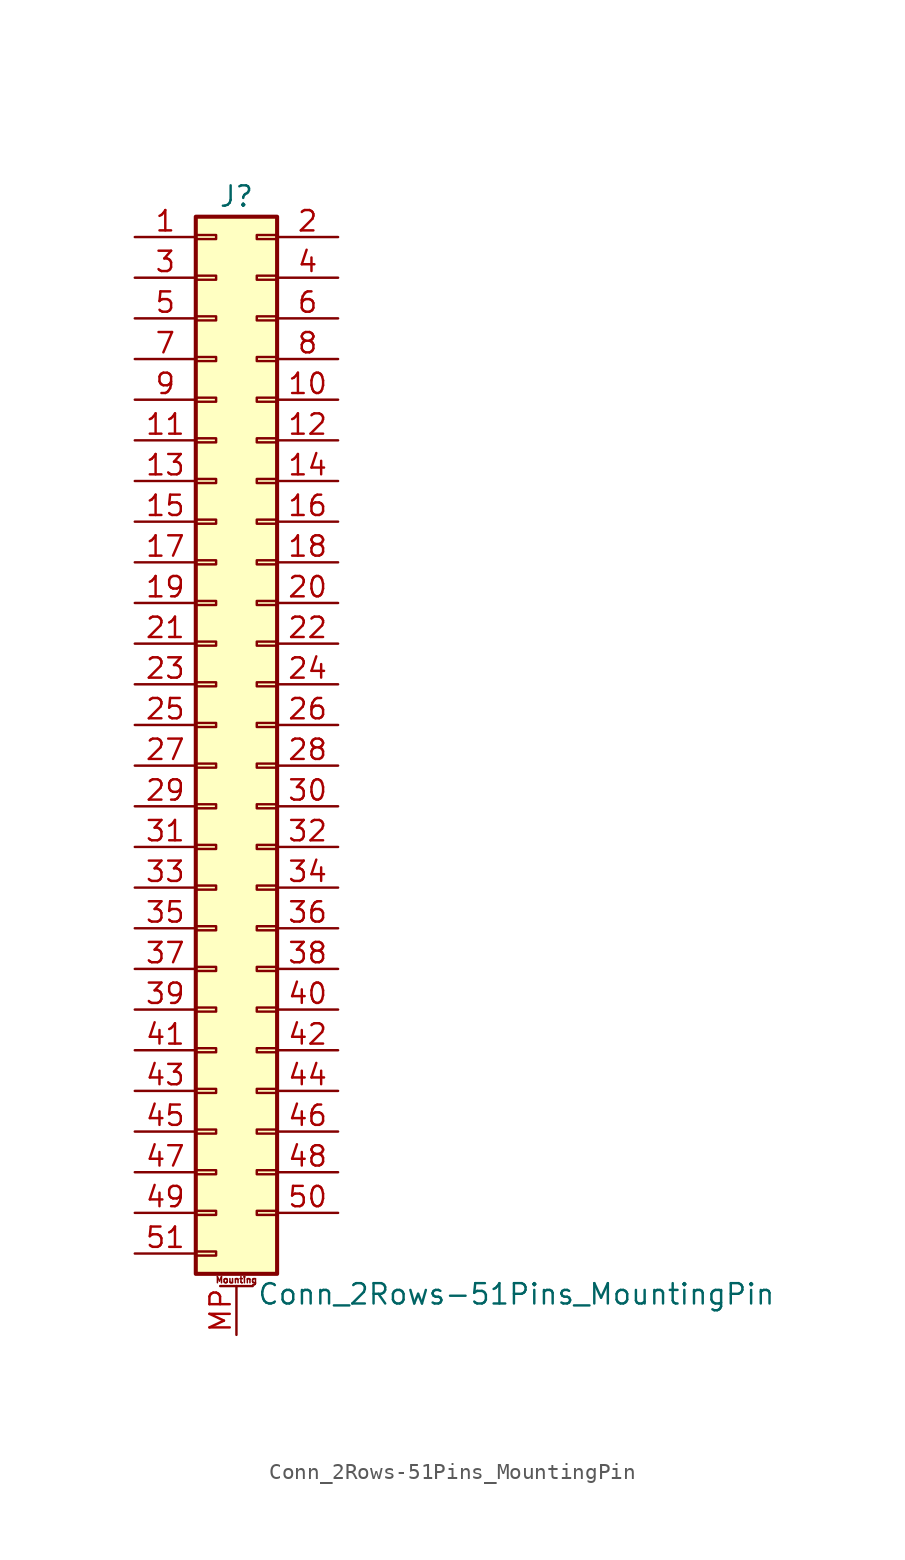
<source format=kicad_sym>
(kicad_symbol_lib
  (version 20200908)
  (generator kicad_symbol_editor)
  (symbol "Connector_Generic_MountingPin:Conn_2Rows-51Pins_MountingPin"
    (pin_names
      (offset 1.016) hide)
    (property "Reference" "J"
      (at 1.27 33.02 0)
      (effects (font (size 1.27 1.27))))
    (property "Value" "Conn_2Rows-51Pins_MountingPin"
      (at 2.54 -35.56 0)
      (effects (font (size 1.27 1.27)) (justify left)))
    (symbol "Conn_2Rows-51Pins_MountingPin_1_1"
      (text "Mounting" (at 1.27 -34.671 0) (effects (font (size 0.381 0.381))))
      (rectangle (start -1.27 -27.813) (end 0 -28.067) (stroke (width 0.152)) (fill (type none)))
      (rectangle (start -1.27 -30.353) (end 0 -30.607) (stroke (width 0.152)) (fill (type none)))
      (rectangle (start -1.27 -32.893) (end 0 -33.147) (stroke (width 0.152)) (fill (type none)))
      (rectangle (start -1.27 -4.953) (end 0 -5.207) (stroke (width 0.152)) (fill (type none)))
      (rectangle (start -1.27 -7.493) (end 0 -7.747) (stroke (width 0.152)) (fill (type none)))
      (rectangle (start -1.27 -10.033) (end 0 -10.287) (stroke (width 0.152)) (fill (type none)))
      (rectangle (start -1.27 -12.573) (end 0 -12.827) (stroke (width 0.152)) (fill (type none)))
      (rectangle (start -1.27 -15.113) (end 0 -15.367) (stroke (width 0.152)) (fill (type none)))
      (rectangle (start -1.27 -17.653) (end 0 -17.907) (stroke (width 0.152)) (fill (type none)))
      (rectangle (start -1.27 -20.193) (end 0 -20.447) (stroke (width 0.152)) (fill (type none)))
      (rectangle (start -1.27 -22.733) (end 0 -22.987) (stroke (width 0.152)) (fill (type none)))
      (rectangle (start -1.27 -2.413) (end 0 -2.667) (stroke (width 0.152)) (fill (type none)))
      (rectangle (start -1.27 -25.273) (end 0 -25.527) (stroke (width 0.152)) (fill (type none)))
      (rectangle (start -1.27 25.527) (end 0 25.273) (stroke (width 0.152)) (fill (type none)))
      (rectangle (start -1.27 2.667) (end 0 2.413) (stroke (width 0.152)) (fill (type none)))
      (rectangle (start -1.27 28.067) (end 0 27.813) (stroke (width 0.152)) (fill (type none)))
      (rectangle (start -1.27 30.607) (end 0 30.353) (stroke (width 0.152)) (fill (type none)))
      (rectangle (start -1.27 31.75) (end 3.81 -34.29) (stroke (width 0.254)) (fill (type background)))
      (rectangle (start -1.27 5.207) (end 0 4.953) (stroke (width 0.152)) (fill (type none)))
      (rectangle (start -1.27 7.747) (end 0 7.493) (stroke (width 0.152)) (fill (type none)))
      (rectangle (start -1.27 10.287) (end 0 10.033) (stroke (width 0.152)) (fill (type none)))
      (rectangle (start -1.27 0.127) (end 0 -0.127) (stroke (width 0.152)) (fill (type none)))
      (rectangle (start -1.27 12.827) (end 0 12.573) (stroke (width 0.152)) (fill (type none)))
      (rectangle (start -1.27 15.367) (end 0 15.113) (stroke (width 0.152)) (fill (type none)))
      (rectangle (start -1.27 17.907) (end 0 17.653) (stroke (width 0.152)) (fill (type none)))
      (rectangle (start -1.27 20.447) (end 0 20.193) (stroke (width 0.152)) (fill (type none)))
      (rectangle (start -1.27 22.987) (end 0 22.733) (stroke (width 0.152)) (fill (type none)))
      (rectangle (start 3.81 -27.813) (end 2.54 -28.067) (stroke (width 0.152)) (fill (type none)))
      (rectangle (start 3.81 -30.353) (end 2.54 -30.607) (stroke (width 0.152)) (fill (type none)))
      (rectangle (start 3.81 -4.953) (end 2.54 -5.207) (stroke (width 0.152)) (fill (type none)))
      (rectangle (start 3.81 -7.493) (end 2.54 -7.747) (stroke (width 0.152)) (fill (type none)))
      (rectangle (start 3.81 -10.033) (end 2.54 -10.287) (stroke (width 0.152)) (fill (type none)))
      (rectangle (start 3.81 -12.573) (end 2.54 -12.827) (stroke (width 0.152)) (fill (type none)))
      (rectangle (start 3.81 -15.113) (end 2.54 -15.367) (stroke (width 0.152)) (fill (type none)))
      (rectangle (start 3.81 -17.653) (end 2.54 -17.907) (stroke (width 0.152)) (fill (type none)))
      (rectangle (start 3.81 -20.193) (end 2.54 -20.447) (stroke (width 0.152)) (fill (type none)))
      (rectangle (start 3.81 -22.733) (end 2.54 -22.987) (stroke (width 0.152)) (fill (type none)))
      (rectangle (start 3.81 -2.413) (end 2.54 -2.667) (stroke (width 0.152)) (fill (type none)))
      (rectangle (start 3.81 -25.273) (end 2.54 -25.527) (stroke (width 0.152)) (fill (type none)))
      (rectangle (start 3.81 25.527) (end 2.54 25.273) (stroke (width 0.152)) (fill (type none)))
      (rectangle (start 3.81 2.667) (end 2.54 2.413) (stroke (width 0.152)) (fill (type none)))
      (rectangle (start 3.81 28.067) (end 2.54 27.813) (stroke (width 0.152)) (fill (type none)))
      (rectangle (start 3.81 30.607) (end 2.54 30.353) (stroke (width 0.152)) (fill (type none)))
      (rectangle (start 3.81 5.207) (end 2.54 4.953) (stroke (width 0.152)) (fill (type none)))
      (rectangle (start 3.81 7.747) (end 2.54 7.493) (stroke (width 0.152)) (fill (type none)))
      (rectangle (start 3.81 10.287) (end 2.54 10.033) (stroke (width 0.152)) (fill (type none)))
      (rectangle (start 3.81 0.127) (end 2.54 -0.127) (stroke (width 0.152)) (fill (type none)))
      (rectangle (start 3.81 12.827) (end 2.54 12.573) (stroke (width 0.152)) (fill (type none)))
      (rectangle (start 3.81 15.367) (end 2.54 15.113) (stroke (width 0.152)) (fill (type none)))
      (rectangle (start 3.81 17.907) (end 2.54 17.653) (stroke (width 0.152)) (fill (type none)))
      (rectangle (start 3.81 20.447) (end 2.54 20.193) (stroke (width 0.152)) (fill (type none)))
      (rectangle (start 3.81 22.987) (end 2.54 22.733) (stroke (width 0.152)) (fill (type none)))
      (polyline (pts (xy 0.254 -35.052) (xy 2.286 -35.052)) (stroke (width 0.152)) (fill (type none)))
      (pin passive line (at 1.27 -38.1 90) (length 3.048) (name "MountPin" (effects (font (size 1.27 1.27)))) (number "MP" (effects (font (size 1.27 1.27)))))
      (pin passive line (at -5.08 30.48 0) (length 3.81) (name "Pin_1" (effects (font (size 1.27 1.27)))) (number "1" (effects (font (size 1.27 1.27)))))
      (pin passive line (at 7.62 20.32 180) (length 3.81) (name "Pin_10" (effects (font (size 1.27 1.27)))) (number "10" (effects (font (size 1.27 1.27)))))
      (pin passive line (at -5.08 17.78 0) (length 3.81) (name "Pin_11" (effects (font (size 1.27 1.27)))) (number "11" (effects (font (size 1.27 1.27)))))
      (pin passive line (at 7.62 17.78 180) (length 3.81) (name "Pin_12" (effects (font (size 1.27 1.27)))) (number "12" (effects (font (size 1.27 1.27)))))
      (pin passive line (at -5.08 15.24 0) (length 3.81) (name "Pin_13" (effects (font (size 1.27 1.27)))) (number "13" (effects (font (size 1.27 1.27)))))
      (pin passive line (at 7.62 15.24 180) (length 3.81) (name "Pin_14" (effects (font (size 1.27 1.27)))) (number "14" (effects (font (size 1.27 1.27)))))
      (pin passive line (at -5.08 12.7 0) (length 3.81) (name "Pin_15" (effects (font (size 1.27 1.27)))) (number "15" (effects (font (size 1.27 1.27)))))
      (pin passive line (at 7.62 12.7 180) (length 3.81) (name "Pin_16" (effects (font (size 1.27 1.27)))) (number "16" (effects (font (size 1.27 1.27)))))
      (pin passive line (at -5.08 10.16 0) (length 3.81) (name "Pin_17" (effects (font (size 1.27 1.27)))) (number "17" (effects (font (size 1.27 1.27)))))
      (pin passive line (at 7.62 10.16 180) (length 3.81) (name "Pin_18" (effects (font (size 1.27 1.27)))) (number "18" (effects (font (size 1.27 1.27)))))
      (pin passive line (at -5.08 7.62 0) (length 3.81) (name "Pin_19" (effects (font (size 1.27 1.27)))) (number "19" (effects (font (size 1.27 1.27)))))
      (pin passive line (at 7.62 30.48 180) (length 3.81) (name "Pin_2" (effects (font (size 1.27 1.27)))) (number "2" (effects (font (size 1.27 1.27)))))
      (pin passive line (at 7.62 7.62 180) (length 3.81) (name "Pin_20" (effects (font (size 1.27 1.27)))) (number "20" (effects (font (size 1.27 1.27)))))
      (pin passive line (at -5.08 5.08 0) (length 3.81) (name "Pin_21" (effects (font (size 1.27 1.27)))) (number "21" (effects (font (size 1.27 1.27)))))
      (pin passive line (at 7.62 5.08 180) (length 3.81) (name "Pin_22" (effects (font (size 1.27 1.27)))) (number "22" (effects (font (size 1.27 1.27)))))
      (pin passive line (at -5.08 2.54 0) (length 3.81) (name "Pin_23" (effects (font (size 1.27 1.27)))) (number "23" (effects (font (size 1.27 1.27)))))
      (pin passive line (at 7.62 2.54 180) (length 3.81) (name "Pin_24" (effects (font (size 1.27 1.27)))) (number "24" (effects (font (size 1.27 1.27)))))
      (pin passive line (at -5.08 0 0) (length 3.81) (name "Pin_25" (effects (font (size 1.27 1.27)))) (number "25" (effects (font (size 1.27 1.27)))))
      (pin passive line (at 7.62 0 180) (length 3.81) (name "Pin_26" (effects (font (size 1.27 1.27)))) (number "26" (effects (font (size 1.27 1.27)))))
      (pin passive line (at -5.08 -2.54 0) (length 3.81) (name "Pin_27" (effects (font (size 1.27 1.27)))) (number "27" (effects (font (size 1.27 1.27)))))
      (pin passive line (at 7.62 -2.54 180) (length 3.81) (name "Pin_28" (effects (font (size 1.27 1.27)))) (number "28" (effects (font (size 1.27 1.27)))))
      (pin passive line (at -5.08 -5.08 0) (length 3.81) (name "Pin_29" (effects (font (size 1.27 1.27)))) (number "29" (effects (font (size 1.27 1.27)))))
      (pin passive line (at -5.08 27.94 0) (length 3.81) (name "Pin_3" (effects (font (size 1.27 1.27)))) (number "3" (effects (font (size 1.27 1.27)))))
      (pin passive line (at 7.62 -5.08 180) (length 3.81) (name "Pin_30" (effects (font (size 1.27 1.27)))) (number "30" (effects (font (size 1.27 1.27)))))
      (pin passive line (at -5.08 -7.62 0) (length 3.81) (name "Pin_31" (effects (font (size 1.27 1.27)))) (number "31" (effects (font (size 1.27 1.27)))))
      (pin passive line (at 7.62 -7.62 180) (length 3.81) (name "Pin_32" (effects (font (size 1.27 1.27)))) (number "32" (effects (font (size 1.27 1.27)))))
      (pin passive line (at -5.08 -10.16 0) (length 3.81) (name "Pin_33" (effects (font (size 1.27 1.27)))) (number "33" (effects (font (size 1.27 1.27)))))
      (pin passive line (at 7.62 -10.16 180) (length 3.81) (name "Pin_34" (effects (font (size 1.27 1.27)))) (number "34" (effects (font (size 1.27 1.27)))))
      (pin passive line (at -5.08 -12.7 0) (length 3.81) (name "Pin_35" (effects (font (size 1.27 1.27)))) (number "35" (effects (font (size 1.27 1.27)))))
      (pin passive line (at 7.62 -12.7 180) (length 3.81) (name "Pin_36" (effects (font (size 1.27 1.27)))) (number "36" (effects (font (size 1.27 1.27)))))
      (pin passive line (at -5.08 -15.24 0) (length 3.81) (name "Pin_37" (effects (font (size 1.27 1.27)))) (number "37" (effects (font (size 1.27 1.27)))))
      (pin passive line (at 7.62 -15.24 180) (length 3.81) (name "Pin_38" (effects (font (size 1.27 1.27)))) (number "38" (effects (font (size 1.27 1.27)))))
      (pin passive line (at -5.08 -17.78 0) (length 3.81) (name "Pin_39" (effects (font (size 1.27 1.27)))) (number "39" (effects (font (size 1.27 1.27)))))
      (pin passive line (at 7.62 27.94 180) (length 3.81) (name "Pin_4" (effects (font (size 1.27 1.27)))) (number "4" (effects (font (size 1.27 1.27)))))
      (pin passive line (at 7.62 -17.78 180) (length 3.81) (name "Pin_40" (effects (font (size 1.27 1.27)))) (number "40" (effects (font (size 1.27 1.27)))))
      (pin passive line (at -5.08 -20.32 0) (length 3.81) (name "Pin_41" (effects (font (size 1.27 1.27)))) (number "41" (effects (font (size 1.27 1.27)))))
      (pin passive line (at 7.62 -20.32 180) (length 3.81) (name "Pin_42" (effects (font (size 1.27 1.27)))) (number "42" (effects (font (size 1.27 1.27)))))
      (pin passive line (at -5.08 -22.86 0) (length 3.81) (name "Pin_43" (effects (font (size 1.27 1.27)))) (number "43" (effects (font (size 1.27 1.27)))))
      (pin passive line (at 7.62 -22.86 180) (length 3.81) (name "Pin_44" (effects (font (size 1.27 1.27)))) (number "44" (effects (font (size 1.27 1.27)))))
      (pin passive line (at -5.08 -25.4 0) (length 3.81) (name "Pin_45" (effects (font (size 1.27 1.27)))) (number "45" (effects (font (size 1.27 1.27)))))
      (pin passive line (at 7.62 -25.4 180) (length 3.81) (name "Pin_46" (effects (font (size 1.27 1.27)))) (number "46" (effects (font (size 1.27 1.27)))))
      (pin passive line (at -5.08 -27.94 0) (length 3.81) (name "Pin_47" (effects (font (size 1.27 1.27)))) (number "47" (effects (font (size 1.27 1.27)))))
      (pin passive line (at 7.62 -27.94 180) (length 3.81) (name "Pin_48" (effects (font (size 1.27 1.27)))) (number "48" (effects (font (size 1.27 1.27)))))
      (pin passive line (at -5.08 -30.48 0) (length 3.81) (name "Pin_49" (effects (font (size 1.27 1.27)))) (number "49" (effects (font (size 1.27 1.27)))))
      (pin passive line (at -5.08 25.4 0) (length 3.81) (name "Pin_5" (effects (font (size 1.27 1.27)))) (number "5" (effects (font (size 1.27 1.27)))))
      (pin passive line (at 7.62 -30.48 180) (length 3.81) (name "Pin_50" (effects (font (size 1.27 1.27)))) (number "50" (effects (font (size 1.27 1.27)))))
      (pin passive line (at -5.08 -33.02 0) (length 3.81) (name "Pin_51" (effects (font (size 1.27 1.27)))) (number "51" (effects (font (size 1.27 1.27)))))
      (pin passive line (at 7.62 25.4 180) (length 3.81) (name "Pin_6" (effects (font (size 1.27 1.27)))) (number "6" (effects (font (size 1.27 1.27)))))
      (pin passive line (at -5.08 22.86 0) (length 3.81) (name "Pin_7" (effects (font (size 1.27 1.27)))) (number "7" (effects (font (size 1.27 1.27)))))
      (pin passive line (at 7.62 22.86 180) (length 3.81) (name "Pin_8" (effects (font (size 1.27 1.27)))) (number "8" (effects (font (size 1.27 1.27)))))
      (pin passive line (at -5.08 20.32 0) (length 3.81) (name "Pin_9" (effects (font (size 1.27 1.27)))) (number "9" (effects (font (size 1.27 1.27))))))))
</source>
